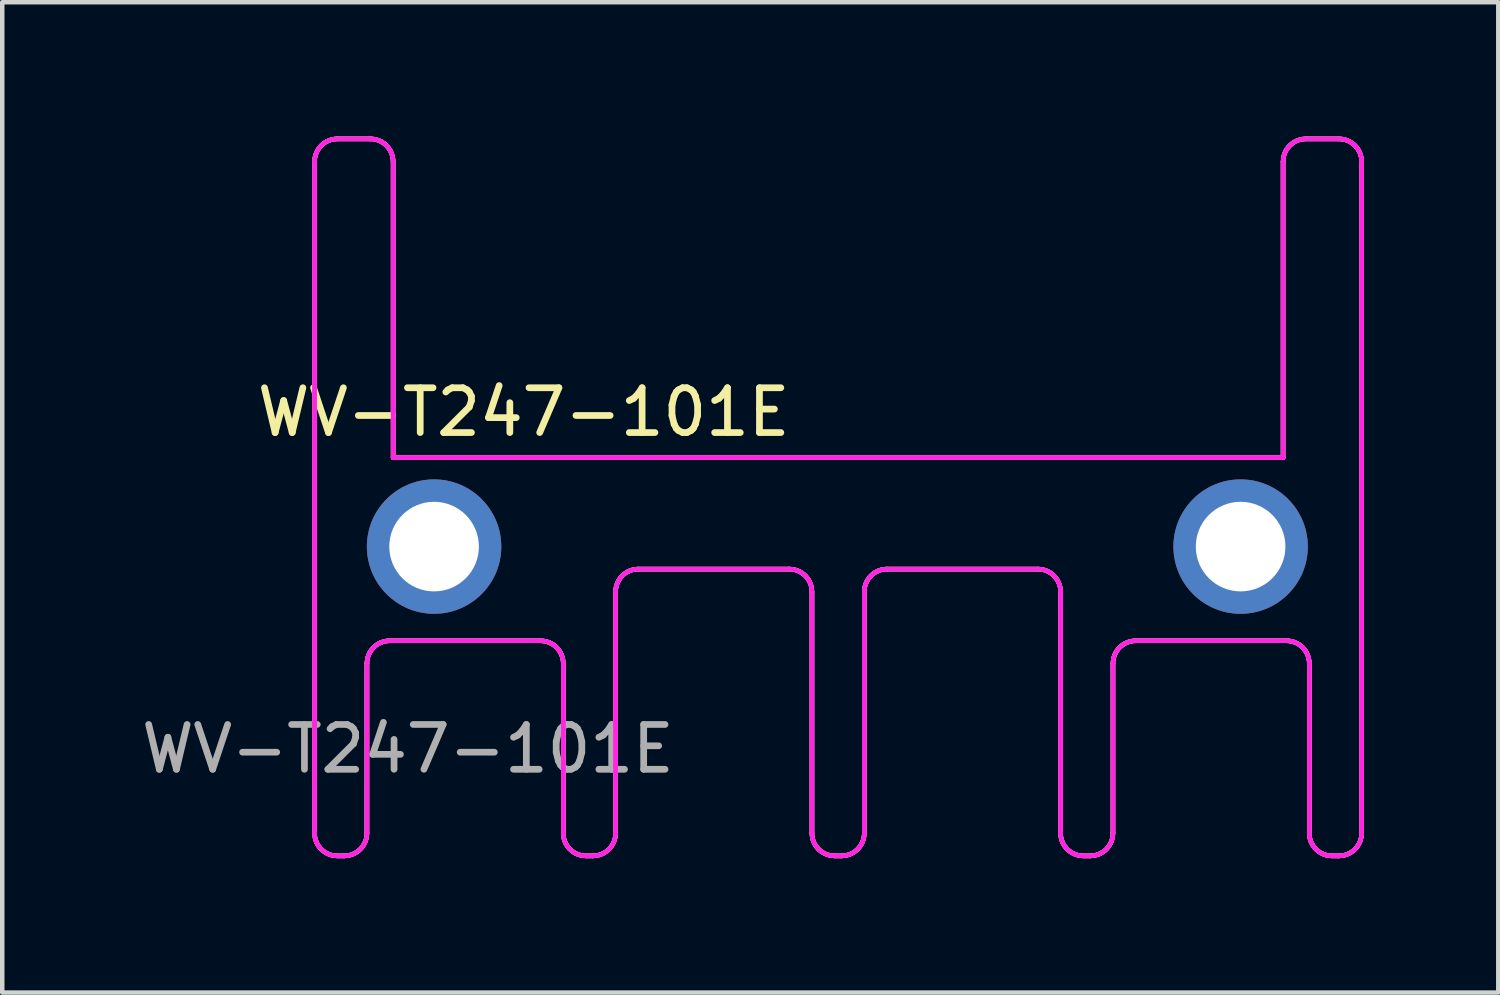
<source format=kicad_pcb>
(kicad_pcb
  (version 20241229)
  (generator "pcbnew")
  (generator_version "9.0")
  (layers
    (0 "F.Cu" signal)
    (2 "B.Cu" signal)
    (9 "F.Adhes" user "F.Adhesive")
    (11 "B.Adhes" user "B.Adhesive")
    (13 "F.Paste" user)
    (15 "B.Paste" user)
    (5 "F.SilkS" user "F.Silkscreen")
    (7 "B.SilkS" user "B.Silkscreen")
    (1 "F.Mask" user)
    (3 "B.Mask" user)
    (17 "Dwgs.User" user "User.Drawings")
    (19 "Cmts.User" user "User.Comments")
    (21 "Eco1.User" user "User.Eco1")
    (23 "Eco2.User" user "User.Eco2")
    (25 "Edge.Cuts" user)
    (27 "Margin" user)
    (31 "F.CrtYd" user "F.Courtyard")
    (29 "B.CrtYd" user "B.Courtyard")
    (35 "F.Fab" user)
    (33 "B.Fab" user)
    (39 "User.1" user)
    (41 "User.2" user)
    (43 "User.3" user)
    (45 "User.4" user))
  (footprint "WV-T247-101E"
    (layer "F.Cu")
    (at 6.638 9.149)
    (property "Reference" "WV-T247-101E" (at 2 -3 0) (unlocked yes) (layer "F.SilkS") (effects (font (size 1 1) (thickness 0.15))))
    (attr through_hole)
    (fp_line (start -2.667 -8.591) (end -2.667 6.395) (stroke (width 0.1) (type solid)) (layer "F.SilkS"))
    (fp_line (start -2.667 -8.591) (end -2.667 6.395) (stroke (width 0.1) (type solid)) (layer "F.SilkS"))
    (fp_line (start -2.159 6.903) (end -2.007 6.903) (stroke (width 0.1) (type solid)) (layer "F.SilkS"))
    (fp_line (start -2.159 6.903) (end -2.007 6.903) (stroke (width 0.1) (type solid)) (layer "F.SilkS"))
    (fp_line (start -1.499 6.395) (end -1.499 2.61) (stroke (width 0.1) (type solid)) (layer "F.SilkS"))
    (fp_line (start -1.499 6.395) (end -1.499 2.61) (stroke (width 0.1) (type solid)) (layer "F.SilkS"))
    (fp_line (start -1.422 -9.099) (end -2.159 -9.099) (stroke (width 0.1) (type solid)) (layer "F.SilkS"))
    (fp_line (start -1.422 -9.099) (end -2.159 -9.099) (stroke (width 0.1) (type solid)) (layer "F.SilkS"))
    (fp_line (start -0.991 2.102) (end 2.375 2.102) (stroke (width 0.1) (type solid)) (layer "F.SilkS"))
    (fp_line (start -0.991 2.102) (end 2.375 2.102) (stroke (width 0.1) (type solid)) (layer "F.SilkS"))
    (fp_line (start -0.914 -1.987) (end -0.914 -8.591) (stroke (width 0.1) (type solid)) (layer "F.SilkS"))
    (fp_line (start -0.914 -1.987) (end -0.914 -8.591) (stroke (width 0.1) (type solid)) (layer "F.SilkS"))
    (fp_line (start 2.883 2.61) (end 2.883 6.395) (stroke (width 0.1) (type solid)) (layer "F.SilkS"))
    (fp_line (start 2.883 2.61) (end 2.883 6.395) (stroke (width 0.1) (type solid)) (layer "F.SilkS"))
    (fp_line (start 3.391 6.903) (end 3.543 6.903) (stroke (width 0.1) (type solid)) (layer "F.SilkS"))
    (fp_line (start 3.391 6.903) (end 3.543 6.903) (stroke (width 0.1) (type solid)) (layer "F.SilkS"))
    (fp_line (start 4.051 6.395) (end 4.051 1.01) (stroke (width 0.1) (type solid)) (layer "F.SilkS"))
    (fp_line (start 4.051 6.395) (end 4.051 1.01) (stroke (width 0.1) (type solid)) (layer "F.SilkS"))
    (fp_line (start 4.559 0.502) (end 7.925 0.502) (stroke (width 0.1) (type solid)) (layer "F.SilkS"))
    (fp_line (start 4.559 0.502) (end 7.925 0.502) (stroke (width 0.1) (type solid)) (layer "F.SilkS"))
    (fp_line (start 8.433 1.01) (end 8.433 6.395) (stroke (width 0.1) (type solid)) (layer "F.SilkS"))
    (fp_line (start 8.433 1.01) (end 8.433 6.395) (stroke (width 0.1) (type solid)) (layer "F.SilkS"))
    (fp_line (start 8.941 6.903) (end 9.093 6.903) (stroke (width 0.1) (type solid)) (layer "F.SilkS"))
    (fp_line (start 8.941 6.903) (end 9.093 6.903) (stroke (width 0.1) (type solid)) (layer "F.SilkS"))
    (fp_line (start 9.601 6.395) (end 9.601 1.01) (stroke (width 0.1) (type solid)) (layer "F.SilkS"))
    (fp_line (start 9.601 6.395) (end 9.601 1.01) (stroke (width 0.1) (type solid)) (layer "F.SilkS"))
    (fp_line (start 10.109 0.502) (end 13.475 0.502) (stroke (width 0.1) (type solid)) (layer "F.SilkS"))
    (fp_line (start 10.109 0.502) (end 13.475 0.502) (stroke (width 0.1) (type solid)) (layer "F.SilkS"))
    (fp_line (start 13.983 1.01) (end 13.983 6.395) (stroke (width 0.1) (type solid)) (layer "F.SilkS"))
    (fp_line (start 13.983 1.01) (end 13.983 6.395) (stroke (width 0.1) (type solid)) (layer "F.SilkS"))
    (fp_line (start 14.491 6.903) (end 14.643 6.903) (stroke (width 0.1) (type solid)) (layer "F.SilkS"))
    (fp_line (start 14.491 6.903) (end 14.643 6.903) (stroke (width 0.1) (type solid)) (layer "F.SilkS"))
    (fp_line (start 15.151 6.395) (end 15.151 2.61) (stroke (width 0.1) (type solid)) (layer "F.SilkS"))
    (fp_line (start 15.151 6.395) (end 15.151 2.61) (stroke (width 0.1) (type solid)) (layer "F.SilkS"))
    (fp_line (start 15.659 2.102) (end 19.025 2.102) (stroke (width 0.1) (type solid)) (layer "F.SilkS"))
    (fp_line (start 15.659 2.102) (end 19.025 2.102) (stroke (width 0.1) (type solid)) (layer "F.SilkS"))
    (fp_line (start 18.948 -8.591) (end 18.948 -1.987) (stroke (width 0.1) (type solid)) (layer "F.SilkS"))
    (fp_line (start 18.948 -8.591) (end 18.948 -1.987) (stroke (width 0.1) (type solid)) (layer "F.SilkS"))
    (fp_line (start 18.948 -1.987) (end -0.914 -1.987) (stroke (width 0.1) (type solid)) (layer "F.SilkS"))
    (fp_line (start 18.948 -1.987) (end -0.914 -1.987) (stroke (width 0.1) (type solid)) (layer "F.SilkS"))
    (fp_line (start 19.533 2.61) (end 19.533 6.395) (stroke (width 0.1) (type solid)) (layer "F.SilkS"))
    (fp_line (start 19.533 2.61) (end 19.533 6.395) (stroke (width 0.1) (type solid)) (layer "F.SilkS"))
    (fp_line (start 20.041 6.903) (end 20.193 6.903) (stroke (width 0.1) (type solid)) (layer "F.SilkS"))
    (fp_line (start 20.041 6.903) (end 20.193 6.903) (stroke (width 0.1) (type solid)) (layer "F.SilkS"))
    (fp_line (start 20.193 -9.099) (end 19.456 -9.099) (stroke (width 0.1) (type solid)) (layer "F.SilkS"))
    (fp_line (start 20.193 -9.099) (end 19.456 -9.099) (stroke (width 0.1) (type solid)) (layer "F.SilkS"))
    (fp_line (start 20.701 6.395) (end 20.701 -8.591) (stroke (width 0.1) (type solid)) (layer "F.SilkS"))
    (fp_line (start 20.701 6.395) (end 20.701 -8.591) (stroke (width 0.1) (type solid)) (layer "F.SilkS"))
    (fp_arc (start -2.667 -8.59145) (mid -2.51821 -8.95066) (end -2.159 -9.09945) (stroke (width 0.1) (type solid)) (layer "F.SilkS"))
    (fp_arc (start -2.667 -8.59145) (mid -2.51821 -8.95066) (end -2.159 -9.09945) (stroke (width 0.1) (type solid)) (layer "F.SilkS"))
    (fp_arc (start -2.159 6.90255) (mid -2.51821 6.75376) (end -2.667 6.39455) (stroke (width 0.1) (type solid)) (layer "F.SilkS"))
    (fp_arc (start -2.159 6.90255) (mid -2.51821 6.75376) (end -2.667 6.39455) (stroke (width 0.1) (type solid)) (layer "F.SilkS"))
    (fp_arc (start -1.4986 2.60995) (mid -1.34981 2.25074) (end -0.9906 2.10195) (stroke (width 0.1) (type solid)) (layer "F.SilkS"))
    (fp_arc (start -1.4986 2.60995) (mid -1.34981 2.25074) (end -0.9906 2.10195) (stroke (width 0.1) (type solid)) (layer "F.SilkS"))
    (fp_arc (start -1.4986 6.39455) (mid -1.64739 6.75376) (end -2.0066 6.90255) (stroke (width 0.1) (type solid)) (layer "F.SilkS"))
    (fp_arc (start -1.4986 6.39455) (mid -1.64739 6.75376) (end -2.0066 6.90255) (stroke (width 0.1) (type solid)) (layer "F.SilkS"))
    (fp_arc (start -1.4224 -9.09945) (mid -1.06319 -8.95066) (end -0.9144 -8.59145) (stroke (width 0.1) (type solid)) (layer "F.SilkS"))
    (fp_arc (start -1.4224 -9.09945) (mid -1.06319 -8.95066) (end -0.9144 -8.59145) (stroke (width 0.1) (type solid)) (layer "F.SilkS"))
    (fp_arc (start 2.3749 2.10195) (mid 2.73411 2.25074) (end 2.8829 2.60995) (stroke (width 0.1) (type solid)) (layer "F.SilkS"))
    (fp_arc (start 2.3749 2.10195) (mid 2.73411 2.25074) (end 2.8829 2.60995) (stroke (width 0.1) (type solid)) (layer "F.SilkS"))
    (fp_arc (start 3.3909 6.90255) (mid 3.03169 6.75376) (end 2.8829 6.39455) (stroke (width 0.1) (type solid)) (layer "F.SilkS"))
    (fp_arc (start 3.3909 6.90255) (mid 3.03169 6.75376) (end 2.8829 6.39455) (stroke (width 0.1) (type solid)) (layer "F.SilkS"))
    (fp_arc (start 4.0513 1.00975) (mid 4.20009 0.65054) (end 4.5593 0.50175) (stroke (width 0.1) (type solid)) (layer "F.SilkS"))
    (fp_arc (start 4.0513 1.00975) (mid 4.20009 0.65054) (end 4.5593 0.50175) (stroke (width 0.1) (type solid)) (layer "F.SilkS"))
    (fp_arc (start 4.0513 6.39455) (mid 3.90251 6.75376) (end 3.5433 6.90255) (stroke (width 0.1) (type solid)) (layer "F.SilkS"))
    (fp_arc (start 4.0513 6.39455) (mid 3.90251 6.75376) (end 3.5433 6.90255) (stroke (width 0.1) (type solid)) (layer "F.SilkS"))
    (fp_arc (start 7.9248 0.50175) (mid 8.28401 0.65054) (end 8.4328 1.00975) (stroke (width 0.1) (type solid)) (layer "F.SilkS"))
    (fp_arc (start 7.9248 0.50175) (mid 8.28401 0.65054) (end 8.4328 1.00975) (stroke (width 0.1) (type solid)) (layer "F.SilkS"))
    (fp_arc (start 8.9408 6.90255) (mid 8.58159 6.75376) (end 8.4328 6.39455) (stroke (width 0.1) (type solid)) (layer "F.SilkS"))
    (fp_arc (start 8.9408 6.90255) (mid 8.58159 6.75376) (end 8.4328 6.39455) (stroke (width 0.1) (type solid)) (layer "F.SilkS"))
    (fp_arc (start 9.6012 1.00975) (mid 9.74999 0.65054) (end 10.1092 0.50175) (stroke (width 0.1) (type solid)) (layer "F.SilkS"))
    (fp_arc (start 9.6012 1.00975) (mid 9.74999 0.65054) (end 10.1092 0.50175) (stroke (width 0.1) (type solid)) (layer "F.SilkS"))
    (fp_arc (start 9.6012 6.39455) (mid 9.45241 6.75376) (end 9.0932 6.90255) (stroke (width 0.1) (type solid)) (layer "F.SilkS"))
    (fp_arc (start 9.6012 6.39455) (mid 9.45241 6.75376) (end 9.0932 6.90255) (stroke (width 0.1) (type solid)) (layer "F.SilkS"))
    (fp_arc (start 13.4747 0.50175) (mid 13.83391 0.65054) (end 13.9827 1.00975) (stroke (width 0.1) (type solid)) (layer "F.SilkS"))
    (fp_arc (start 13.4747 0.50175) (mid 13.83391 0.65054) (end 13.9827 1.00975) (stroke (width 0.1) (type solid)) (layer "F.SilkS"))
    (fp_arc (start 14.4907 6.90255) (mid 14.13149 6.75376) (end 13.9827 6.39455) (stroke (width 0.1) (type solid)) (layer "F.SilkS"))
    (fp_arc (start 14.4907 6.90255) (mid 14.13149 6.75376) (end 13.9827 6.39455) (stroke (width 0.1) (type solid)) (layer "F.SilkS"))
    (fp_arc (start 15.1511 2.60995) (mid 15.29989 2.25074) (end 15.6591 2.10195) (stroke (width 0.1) (type solid)) (layer "F.SilkS"))
    (fp_arc (start 15.1511 2.60995) (mid 15.29989 2.25074) (end 15.6591 2.10195) (stroke (width 0.1) (type solid)) (layer "F.SilkS"))
    (fp_arc (start 15.1511 6.39455) (mid 15.00231 6.75376) (end 14.6431 6.90255) (stroke (width 0.1) (type solid)) (layer "F.SilkS"))
    (fp_arc (start 15.1511 6.39455) (mid 15.00231 6.75376) (end 14.6431 6.90255) (stroke (width 0.1) (type solid)) (layer "F.SilkS"))
    (fp_arc (start 18.9484 -8.59145) (mid 19.09719 -8.95066) (end 19.4564 -9.09945) (stroke (width 0.1) (type solid)) (layer "F.SilkS"))
    (fp_arc (start 18.9484 -8.59145) (mid 19.09719 -8.95066) (end 19.4564 -9.09945) (stroke (width 0.1) (type solid)) (layer "F.SilkS"))
    (fp_arc (start 19.0246 2.10195) (mid 19.38381 2.25074) (end 19.5326 2.60995) (stroke (width 0.1) (type solid)) (layer "F.SilkS"))
    (fp_arc (start 19.0246 2.10195) (mid 19.38381 2.25074) (end 19.5326 2.60995) (stroke (width 0.1) (type solid)) (layer "F.SilkS"))
    (fp_arc (start 20.0406 6.90255) (mid 19.68139 6.75376) (end 19.5326 6.39455) (stroke (width 0.1) (type solid)) (layer "F.SilkS"))
    (fp_arc (start 20.0406 6.90255) (mid 19.68139 6.75376) (end 19.5326 6.39455) (stroke (width 0.1) (type solid)) (layer "F.SilkS"))
    (fp_arc (start 20.193 -9.09945) (mid 20.55221 -8.95066) (end 20.701 -8.59145) (stroke (width 0.1) (type solid)) (layer "F.SilkS"))
    (fp_arc (start 20.193 -9.09945) (mid 20.55221 -8.95066) (end 20.701 -8.59145) (stroke (width 0.1) (type solid)) (layer "F.SilkS"))
    (fp_arc (start 20.701 6.39455) (mid 20.55221 6.75376) (end 20.193 6.90255) (stroke (width 0.1) (type solid)) (layer "F.SilkS"))
    (fp_arc (start 20.701 6.39455) (mid 20.55221 6.75376) (end 20.193 6.90255) (stroke (width 0.1) (type solid)) (layer "F.SilkS"))
    (fp_line (start -2.667 -8.591) (end -2.667 6.395) (stroke (width 0.1) (type solid)) (layer "F.CrtYd"))
    (fp_line (start -2.667 -8.591) (end -2.667 6.395) (stroke (width 0.1) (type solid)) (layer "F.CrtYd"))
    (fp_line (start -2.159 6.903) (end -2.007 6.903) (stroke (width 0.1) (type solid)) (layer "F.CrtYd"))
    (fp_line (start -2.159 6.903) (end -2.007 6.903) (stroke (width 0.1) (type solid)) (layer "F.CrtYd"))
    (fp_line (start -1.499 6.395) (end -1.499 2.61) (stroke (width 0.1) (type solid)) (layer "F.CrtYd"))
    (fp_line (start -1.499 6.395) (end -1.499 2.61) (stroke (width 0.1) (type solid)) (layer "F.CrtYd"))
    (fp_line (start -1.422 -9.099) (end -2.159 -9.099) (stroke (width 0.1) (type solid)) (layer "F.CrtYd"))
    (fp_line (start -1.422 -9.099) (end -2.159 -9.099) (stroke (width 0.1) (type solid)) (layer "F.CrtYd"))
    (fp_line (start -0.991 2.102) (end 2.375 2.102) (stroke (width 0.1) (type solid)) (layer "F.CrtYd"))
    (fp_line (start -0.991 2.102) (end 2.375 2.102) (stroke (width 0.1) (type solid)) (layer "F.CrtYd"))
    (fp_line (start -0.914 -1.987) (end -0.914 -8.591) (stroke (width 0.1) (type solid)) (layer "F.CrtYd"))
    (fp_line (start -0.914 -1.987) (end -0.914 -8.591) (stroke (width 0.1) (type solid)) (layer "F.CrtYd"))
    (fp_line (start 2.883 2.61) (end 2.883 6.395) (stroke (width 0.1) (type solid)) (layer "F.CrtYd"))
    (fp_line (start 2.883 2.61) (end 2.883 6.395) (stroke (width 0.1) (type solid)) (layer "F.CrtYd"))
    (fp_line (start 3.391 6.903) (end 3.543 6.903) (stroke (width 0.1) (type solid)) (layer "F.CrtYd"))
    (fp_line (start 3.391 6.903) (end 3.543 6.903) (stroke (width 0.1) (type solid)) (layer "F.CrtYd"))
    (fp_line (start 4.051 6.395) (end 4.051 1.01) (stroke (width 0.1) (type solid)) (layer "F.CrtYd"))
    (fp_line (start 4.051 6.395) (end 4.051 1.01) (stroke (width 0.1) (type solid)) (layer "F.CrtYd"))
    (fp_line (start 4.559 0.502) (end 7.925 0.502) (stroke (width 0.1) (type solid)) (layer "F.CrtYd"))
    (fp_line (start 4.559 0.502) (end 7.925 0.502) (stroke (width 0.1) (type solid)) (layer "F.CrtYd"))
    (fp_line (start 8.433 1.01) (end 8.433 6.395) (stroke (width 0.1) (type solid)) (layer "F.CrtYd"))
    (fp_line (start 8.433 1.01) (end 8.433 6.395) (stroke (width 0.1) (type solid)) (layer "F.CrtYd"))
    (fp_line (start 8.941 6.903) (end 9.093 6.903) (stroke (width 0.1) (type solid)) (layer "F.CrtYd"))
    (fp_line (start 8.941 6.903) (end 9.093 6.903) (stroke (width 0.1) (type solid)) (layer "F.CrtYd"))
    (fp_line (start 9.601 6.395) (end 9.601 1.01) (stroke (width 0.1) (type solid)) (layer "F.CrtYd"))
    (fp_line (start 9.601 6.395) (end 9.601 1.01) (stroke (width 0.1) (type solid)) (layer "F.CrtYd"))
    (fp_line (start 10.109 0.502) (end 13.475 0.502) (stroke (width 0.1) (type solid)) (layer "F.CrtYd"))
    (fp_line (start 10.109 0.502) (end 13.475 0.502) (stroke (width 0.1) (type solid)) (layer "F.CrtYd"))
    (fp_line (start 13.983 1.01) (end 13.983 6.395) (stroke (width 0.1) (type solid)) (layer "F.CrtYd"))
    (fp_line (start 13.983 1.01) (end 13.983 6.395) (stroke (width 0.1) (type solid)) (layer "F.CrtYd"))
    (fp_line (start 14.491 6.903) (end 14.643 6.903) (stroke (width 0.1) (type solid)) (layer "F.CrtYd"))
    (fp_line (start 14.491 6.903) (end 14.643 6.903) (stroke (width 0.1) (type solid)) (layer "F.CrtYd"))
    (fp_line (start 15.151 6.395) (end 15.151 2.61) (stroke (width 0.1) (type solid)) (layer "F.CrtYd"))
    (fp_line (start 15.151 6.395) (end 15.151 2.61) (stroke (width 0.1) (type solid)) (layer "F.CrtYd"))
    (fp_line (start 15.659 2.102) (end 19.025 2.102) (stroke (width 0.1) (type solid)) (layer "F.CrtYd"))
    (fp_line (start 15.659 2.102) (end 19.025 2.102) (stroke (width 0.1) (type solid)) (layer "F.CrtYd"))
    (fp_line (start 18.948 -8.591) (end 18.948 -1.987) (stroke (width 0.1) (type solid)) (layer "F.CrtYd"))
    (fp_line (start 18.948 -8.591) (end 18.948 -1.987) (stroke (width 0.1) (type solid)) (layer "F.CrtYd"))
    (fp_line (start 18.948 -1.987) (end -0.914 -1.987) (stroke (width 0.1) (type solid)) (layer "F.CrtYd"))
    (fp_line (start 18.948 -1.987) (end -0.914 -1.987) (stroke (width 0.1) (type solid)) (layer "F.CrtYd"))
    (fp_line (start 19.533 2.61) (end 19.533 6.395) (stroke (width 0.1) (type solid)) (layer "F.CrtYd"))
    (fp_line (start 19.533 2.61) (end 19.533 6.395) (stroke (width 0.1) (type solid)) (layer "F.CrtYd"))
    (fp_line (start 20.041 6.903) (end 20.193 6.903) (stroke (width 0.1) (type solid)) (layer "F.CrtYd"))
    (fp_line (start 20.041 6.903) (end 20.193 6.903) (stroke (width 0.1) (type solid)) (layer "F.CrtYd"))
    (fp_line (start 20.193 -9.099) (end 19.456 -9.099) (stroke (width 0.1) (type solid)) (layer "F.CrtYd"))
    (fp_line (start 20.193 -9.099) (end 19.456 -9.099) (stroke (width 0.1) (type solid)) (layer "F.CrtYd"))
    (fp_line (start 20.701 6.395) (end 20.701 -8.591) (stroke (width 0.1) (type solid)) (layer "F.CrtYd"))
    (fp_line (start 20.701 6.395) (end 20.701 -8.591) (stroke (width 0.1) (type solid)) (layer "F.CrtYd"))
    (fp_arc (start -2.667 -8.59145) (mid -2.51821 -8.95066) (end -2.159 -9.09945) (stroke (width 0.1) (type solid)) (layer "F.CrtYd"))
    (fp_arc (start -2.667 -8.59145) (mid -2.51821 -8.95066) (end -2.159 -9.09945) (stroke (width 0.1) (type solid)) (layer "F.CrtYd"))
    (fp_arc (start -2.159 6.90255) (mid -2.51821 6.75376) (end -2.667 6.39455) (stroke (width 0.1) (type solid)) (layer "F.CrtYd"))
    (fp_arc (start -2.159 6.90255) (mid -2.51821 6.75376) (end -2.667 6.39455) (stroke (width 0.1) (type solid)) (layer "F.CrtYd"))
    (fp_arc (start -1.4986 2.60995) (mid -1.34981 2.25074) (end -0.9906 2.10195) (stroke (width 0.1) (type solid)) (layer "F.CrtYd"))
    (fp_arc (start -1.4986 2.60995) (mid -1.34981 2.25074) (end -0.9906 2.10195) (stroke (width 0.1) (type solid)) (layer "F.CrtYd"))
    (fp_arc (start -1.4986 6.39455) (mid -1.64739 6.75376) (end -2.0066 6.90255) (stroke (width 0.1) (type solid)) (layer "F.CrtYd"))
    (fp_arc (start -1.4986 6.39455) (mid -1.64739 6.75376) (end -2.0066 6.90255) (stroke (width 0.1) (type solid)) (layer "F.CrtYd"))
    (fp_arc (start -1.4224 -9.09945) (mid -1.06319 -8.95066) (end -0.9144 -8.59145) (stroke (width 0.1) (type solid)) (layer "F.CrtYd"))
    (fp_arc (start -1.4224 -9.09945) (mid -1.06319 -8.95066) (end -0.9144 -8.59145) (stroke (width 0.1) (type solid)) (layer "F.CrtYd"))
    (fp_arc (start 2.3749 2.10195) (mid 2.73411 2.25074) (end 2.8829 2.60995) (stroke (width 0.1) (type solid)) (layer "F.CrtYd"))
    (fp_arc (start 2.3749 2.10195) (mid 2.73411 2.25074) (end 2.8829 2.60995) (stroke (width 0.1) (type solid)) (layer "F.CrtYd"))
    (fp_arc (start 3.3909 6.90255) (mid 3.03169 6.75376) (end 2.8829 6.39455) (stroke (width 0.1) (type solid)) (layer "F.CrtYd"))
    (fp_arc (start 3.3909 6.90255) (mid 3.03169 6.75376) (end 2.8829 6.39455) (stroke (width 0.1) (type solid)) (layer "F.CrtYd"))
    (fp_arc (start 4.0513 1.00975) (mid 4.20009 0.65054) (end 4.5593 0.50175) (stroke (width 0.1) (type solid)) (layer "F.CrtYd"))
    (fp_arc (start 4.0513 1.00975) (mid 4.20009 0.65054) (end 4.5593 0.50175) (stroke (width 0.1) (type solid)) (layer "F.CrtYd"))
    (fp_arc (start 4.0513 6.39455) (mid 3.90251 6.75376) (end 3.5433 6.90255) (stroke (width 0.1) (type solid)) (layer "F.CrtYd"))
    (fp_arc (start 4.0513 6.39455) (mid 3.90251 6.75376) (end 3.5433 6.90255) (stroke (width 0.1) (type solid)) (layer "F.CrtYd"))
    (fp_arc (start 7.9248 0.50175) (mid 8.28401 0.65054) (end 8.4328 1.00975) (stroke (width 0.1) (type solid)) (layer "F.CrtYd"))
    (fp_arc (start 7.9248 0.50175) (mid 8.28401 0.65054) (end 8.4328 1.00975) (stroke (width 0.1) (type solid)) (layer "F.CrtYd"))
    (fp_arc (start 8.9408 6.90255) (mid 8.58159 6.75376) (end 8.4328 6.39455) (stroke (width 0.1) (type solid)) (layer "F.CrtYd"))
    (fp_arc (start 8.9408 6.90255) (mid 8.58159 6.75376) (end 8.4328 6.39455) (stroke (width 0.1) (type solid)) (layer "F.CrtYd"))
    (fp_arc (start 9.6012 1.00975) (mid 9.74999 0.65054) (end 10.1092 0.50175) (stroke (width 0.1) (type solid)) (layer "F.CrtYd"))
    (fp_arc (start 9.6012 1.00975) (mid 9.74999 0.65054) (end 10.1092 0.50175) (stroke (width 0.1) (type solid)) (layer "F.CrtYd"))
    (fp_arc (start 9.6012 6.39455) (mid 9.45241 6.75376) (end 9.0932 6.90255) (stroke (width 0.1) (type solid)) (layer "F.CrtYd"))
    (fp_arc (start 9.6012 6.39455) (mid 9.45241 6.75376) (end 9.0932 6.90255) (stroke (width 0.1) (type solid)) (layer "F.CrtYd"))
    (fp_arc (start 13.4747 0.50175) (mid 13.83391 0.65054) (end 13.9827 1.00975) (stroke (width 0.1) (type solid)) (layer "F.CrtYd"))
    (fp_arc (start 13.4747 0.50175) (mid 13.83391 0.65054) (end 13.9827 1.00975) (stroke (width 0.1) (type solid)) (layer "F.CrtYd"))
    (fp_arc (start 14.4907 6.90255) (mid 14.13149 6.75376) (end 13.9827 6.39455) (stroke (width 0.1) (type solid)) (layer "F.CrtYd"))
    (fp_arc (start 14.4907 6.90255) (mid 14.13149 6.75376) (end 13.9827 6.39455) (stroke (width 0.1) (type solid)) (layer "F.CrtYd"))
    (fp_arc (start 15.1511 2.60995) (mid 15.29989 2.25074) (end 15.6591 2.10195) (stroke (width 0.1) (type solid)) (layer "F.CrtYd"))
    (fp_arc (start 15.1511 2.60995) (mid 15.29989 2.25074) (end 15.6591 2.10195) (stroke (width 0.1) (type solid)) (layer "F.CrtYd"))
    (fp_arc (start 15.1511 6.39455) (mid 15.00231 6.75376) (end 14.6431 6.90255) (stroke (width 0.1) (type solid)) (layer "F.CrtYd"))
    (fp_arc (start 15.1511 6.39455) (mid 15.00231 6.75376) (end 14.6431 6.90255) (stroke (width 0.1) (type solid)) (layer "F.CrtYd"))
    (fp_arc (start 18.9484 -8.59145) (mid 19.09719 -8.95066) (end 19.4564 -9.09945) (stroke (width 0.1) (type solid)) (layer "F.CrtYd"))
    (fp_arc (start 18.9484 -8.59145) (mid 19.09719 -8.95066) (end 19.4564 -9.09945) (stroke (width 0.1) (type solid)) (layer "F.CrtYd"))
    (fp_arc (start 19.0246 2.10195) (mid 19.38381 2.25074) (end 19.5326 2.60995) (stroke (width 0.1) (type solid)) (layer "F.CrtYd"))
    (fp_arc (start 19.0246 2.10195) (mid 19.38381 2.25074) (end 19.5326 2.60995) (stroke (width 0.1) (type solid)) (layer "F.CrtYd"))
    (fp_arc (start 20.0406 6.90255) (mid 19.68139 6.75376) (end 19.5326 6.39455) (stroke (width 0.1) (type solid)) (layer "F.CrtYd"))
    (fp_arc (start 20.0406 6.90255) (mid 19.68139 6.75376) (end 19.5326 6.39455) (stroke (width 0.1) (type solid)) (layer "F.CrtYd"))
    (fp_arc (start 20.193 -9.09945) (mid 20.55221 -8.95066) (end 20.701 -8.59145) (stroke (width 0.1) (type solid)) (layer "F.CrtYd"))
    (fp_arc (start 20.193 -9.09945) (mid 20.55221 -8.95066) (end 20.701 -8.59145) (stroke (width 0.1) (type solid)) (layer "F.CrtYd"))
    (fp_arc (start 20.701 6.39455) (mid 20.55221 6.75376) (end 20.193 6.90255) (stroke (width 0.1) (type solid)) (layer "F.CrtYd"))
    (fp_arc (start 20.701 6.39455) (mid 20.55221 6.75376) (end 20.193 6.90255) (stroke (width 0.1) (type solid)) (layer "F.CrtYd"))
    (fp_text user "${REFERENCE}" (at -0.584 4.515 0) (unlocked yes) (layer "F.Fab") (effects (font (size 1 1) (thickness 0.15))))
    (pad "1" thru_hole circle (at 0 0) (size 3 3) (drill 2) (layers "*.Cu" "*.Mask"))
    (pad "2" thru_hole circle (at 18 0) (size 3 3) (drill 2) (layers "*.Cu" "*.Mask")))
  (gr_rect
    (start -3 -3)
    (end 30.389 19.102)
    (stroke (width 0.1) (type default))
    (fill no)
    (layer "Edge.Cuts")))
</source>
